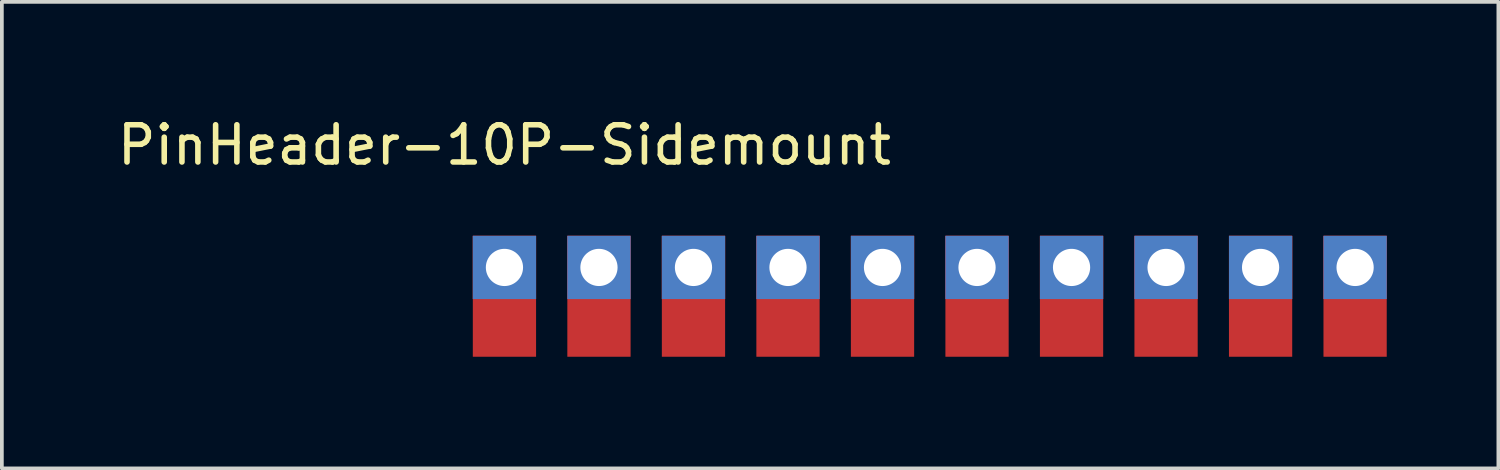
<source format=kicad_pcb>
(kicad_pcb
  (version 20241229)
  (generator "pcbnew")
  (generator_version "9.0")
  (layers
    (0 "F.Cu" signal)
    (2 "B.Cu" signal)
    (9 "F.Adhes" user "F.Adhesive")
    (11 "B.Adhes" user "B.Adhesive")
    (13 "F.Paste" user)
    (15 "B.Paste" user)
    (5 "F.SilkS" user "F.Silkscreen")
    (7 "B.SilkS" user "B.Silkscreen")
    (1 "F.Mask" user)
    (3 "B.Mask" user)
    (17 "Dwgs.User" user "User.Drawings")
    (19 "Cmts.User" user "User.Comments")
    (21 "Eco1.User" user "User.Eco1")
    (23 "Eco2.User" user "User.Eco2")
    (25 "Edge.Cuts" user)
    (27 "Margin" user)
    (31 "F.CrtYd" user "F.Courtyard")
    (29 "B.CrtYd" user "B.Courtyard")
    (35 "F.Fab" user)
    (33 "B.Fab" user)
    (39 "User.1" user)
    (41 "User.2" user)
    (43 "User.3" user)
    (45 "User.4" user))
  (footprint "PinHeader-10P-Sidemount"
    (layer "F.Cu")
    (at 10.506 4.912)
    (property "Reference" "PinHeader-10P-Sidemount" (at 0 -4.064 0) (layer "F.SilkS") (effects (font (size 1 1) (thickness 0.15))))
    (attr through_hole)
    (pad "1" thru_hole rect (at 0 -0.775) (size 1.7 1.7) (drill 1) (layers "*.Cu" "*.Mask"))
    (pad "1" smd rect (at 0 0) (size 1.7 3.25) (layers "F.Cu" "F.Mask"))
    (pad "2" thru_hole rect (at 2.54 -0.775) (size 1.7 1.7) (drill 1) (layers "*.Cu" "*.Mask"))
    (pad "2" smd rect (at 2.54 0) (size 1.7 3.25) (layers "F.Cu" "F.Mask"))
    (pad "3" thru_hole rect (at 5.08 -0.775) (size 1.7 1.7) (drill 1) (layers "*.Cu" "*.Mask"))
    (pad "3" smd rect (at 5.08 0) (size 1.7 3.25) (layers "F.Cu" "F.Mask"))
    (pad "4" thru_hole rect (at 7.62 -0.775) (size 1.7 1.7) (drill 1) (layers "*.Cu" "*.Mask"))
    (pad "4" smd rect (at 7.62 0) (size 1.7 3.25) (layers "F.Cu" "F.Mask"))
    (pad "5" thru_hole rect (at 10.16 -0.775) (size 1.7 1.7) (drill 1) (layers "*.Cu" "*.Mask"))
    (pad "5" smd rect (at 10.16 0) (size 1.7 3.25) (layers "F.Cu" "F.Mask"))
    (pad "6" thru_hole rect (at 12.7 -0.775) (size 1.7 1.7) (drill 1) (layers "*.Cu" "*.Mask"))
    (pad "6" smd rect (at 12.7 0) (size 1.7 3.25) (layers "F.Cu" "F.Mask"))
    (pad "7" thru_hole rect (at 15.24 -0.775) (size 1.7 1.7) (drill 1) (layers "*.Cu" "*.Mask"))
    (pad "7" smd rect (at 15.24 0) (size 1.7 3.25) (layers "F.Cu" "F.Mask"))
    (pad "8" thru_hole rect (at 17.78 -0.775) (size 1.7 1.7) (drill 1) (layers "*.Cu" "*.Mask"))
    (pad "8" smd rect (at 17.78 0) (size 1.7 3.25) (layers "F.Cu" "F.Mask"))
    (pad "9" thru_hole rect (at 20.32 -0.775) (size 1.7 1.7) (drill 1) (layers "*.Cu" "*.Mask"))
    (pad "9" smd rect (at 20.32 0) (size 1.7 3.25) (layers "F.Cu" "F.Mask"))
    (pad "10" thru_hole rect (at 22.86 -0.775) (size 1.7 1.7) (drill 1) (layers "*.Cu" "*.Mask"))
    (pad "10" smd rect (at 22.86 0) (size 1.7 3.25) (layers "F.Cu" "F.Mask")))
  (gr_rect
    (start -3 -3)
    (end 37.216 9.537)
    (stroke (width 0.1) (type default))
    (fill no)
    (layer "Edge.Cuts")))
</source>
